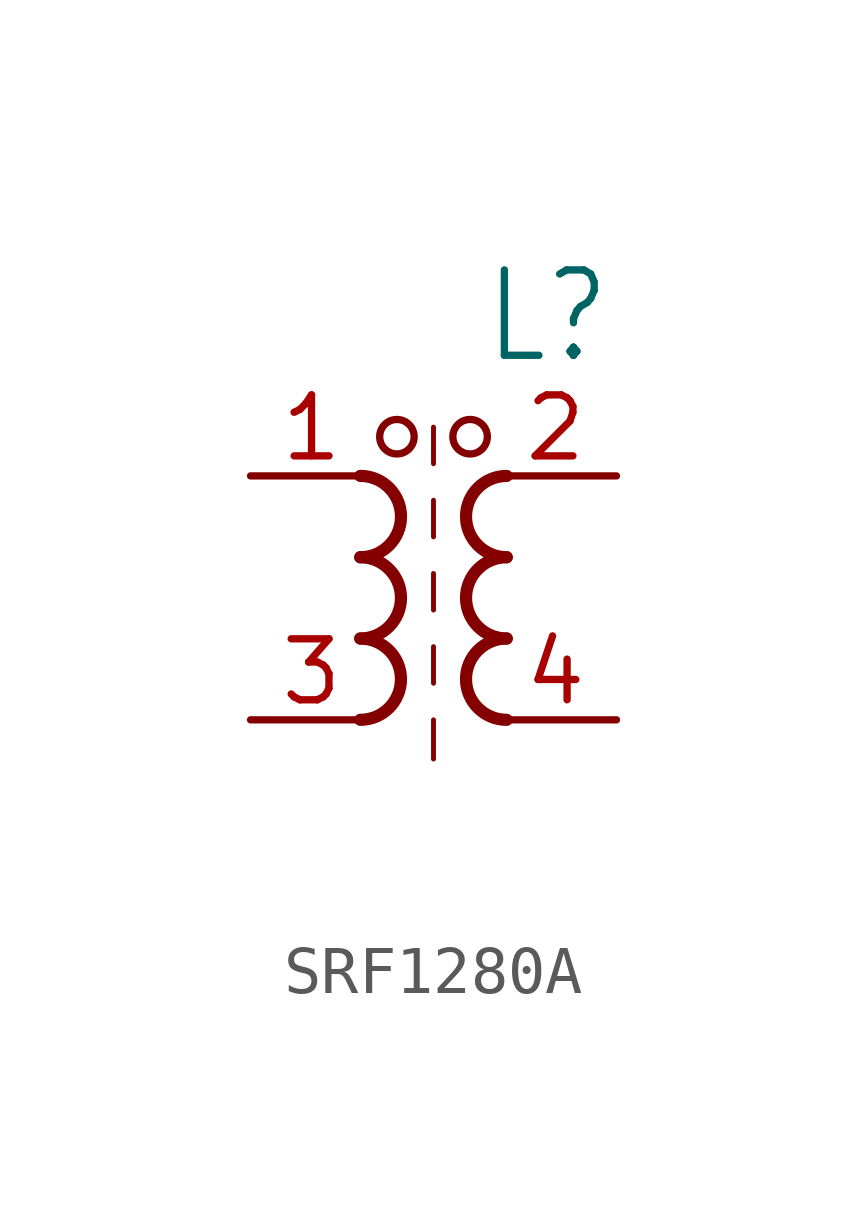
<source format=kicad_sym>
(kicad_symbol_lib
  (version 20231120)
  (generator "kicad_symbol_editor")
  (generator_version "8.0")
  (symbol "SRF1280A"
    (property "Reference" "L"
      (at 2.286 4.826 0)
      (effects (font (size 1.778 1.511)) (justify left bottom)))
    (property "Value" ""
      (at 2.286 -5.588 0)
      (effects (font (size 1.778 1.511)) (justify left bottom)))
    (property "ki_locked" ""
      (at 0 0 0)
      (effects (font (size 1.27 1.27))))
    (symbol "SRF1280A_1_0"
      (arc (start -0.254 -2.54) (mid 0.5927 -1.6933) (end -0.254 -0.8466) (stroke (width 0.254) (type solid)) (fill (type none)))
      (arc (start -0.254 -0.8466) (mid 0.5926 0) (end -0.254 0.8466) (stroke (width 0.254) (type solid)) (fill (type none)))
      (arc (start -0.254 0.8466) (mid 0.5927 1.6933) (end -0.254 2.54) (stroke (width 0.254) (type solid)) (fill (type none)))
      (polyline (pts (xy 1.27 -2.54) (xy 1.27 -3.356)) (stroke (width 0.102) (type solid)) (fill (type none)))
      (polyline (pts (xy 1.27 -1.016) (xy 1.27 -1.778)) (stroke (width 0.102) (type solid)) (fill (type none)))
      (polyline (pts (xy 1.27 0.508) (xy 1.27 -0.254)) (stroke (width 0.102) (type solid)) (fill (type none)))
      (polyline (pts (xy 1.27 2.032) (xy 1.27 1.27)) (stroke (width 0.102) (type solid)) (fill (type none)))
      (polyline (pts (xy 1.27 3.556) (xy 1.27 2.794)) (stroke (width 0.102) (type solid)) (fill (type none)))
      (circle (center 0.508 3.356) (radius 0.359) (stroke (width 0) (type solid)) (fill (type none)))
      (circle (center 2.032 3.356) (radius 0.359) (stroke (width 0) (type solid)) (fill (type none)))
      (arc (start 2.794 -0.8466) (mid 1.9473 -1.6933) (end 2.794 -2.54) (stroke (width 0.254) (type solid)) (fill (type none)))
      (arc (start 2.794 0.8466) (mid 1.9474 0) (end 2.794 -0.8466) (stroke (width 0.254) (type solid)) (fill (type none)))
      (arc (start 2.794 2.54) (mid 1.9473 1.6933) (end 2.794 0.8466) (stroke (width 0.254) (type solid)) (fill (type none)))
      (pin passive line (at -2.54 2.54 0) (length 2.54) (name "P1" (effects (font (size 0 0)))) (number "1" (effects (font (size 1.27 1.27)))))
      (pin passive line (at 5.08 2.54 180) (length 2.54) (name "S1" (effects (font (size 0 0)))) (number "2" (effects (font (size 1.27 1.27)))))
      (pin passive line (at -2.54 -2.54 0) (length 2.54) (name "P2" (effects (font (size 0 0)))) (number "3" (effects (font (size 1.27 1.27)))))
      (pin passive line (at 5.08 -2.54 180) (length 2.54) (name "S2" (effects (font (size 0 0)))) (number "4" (effects (font (size 1.27 1.27))))))))
</source>
